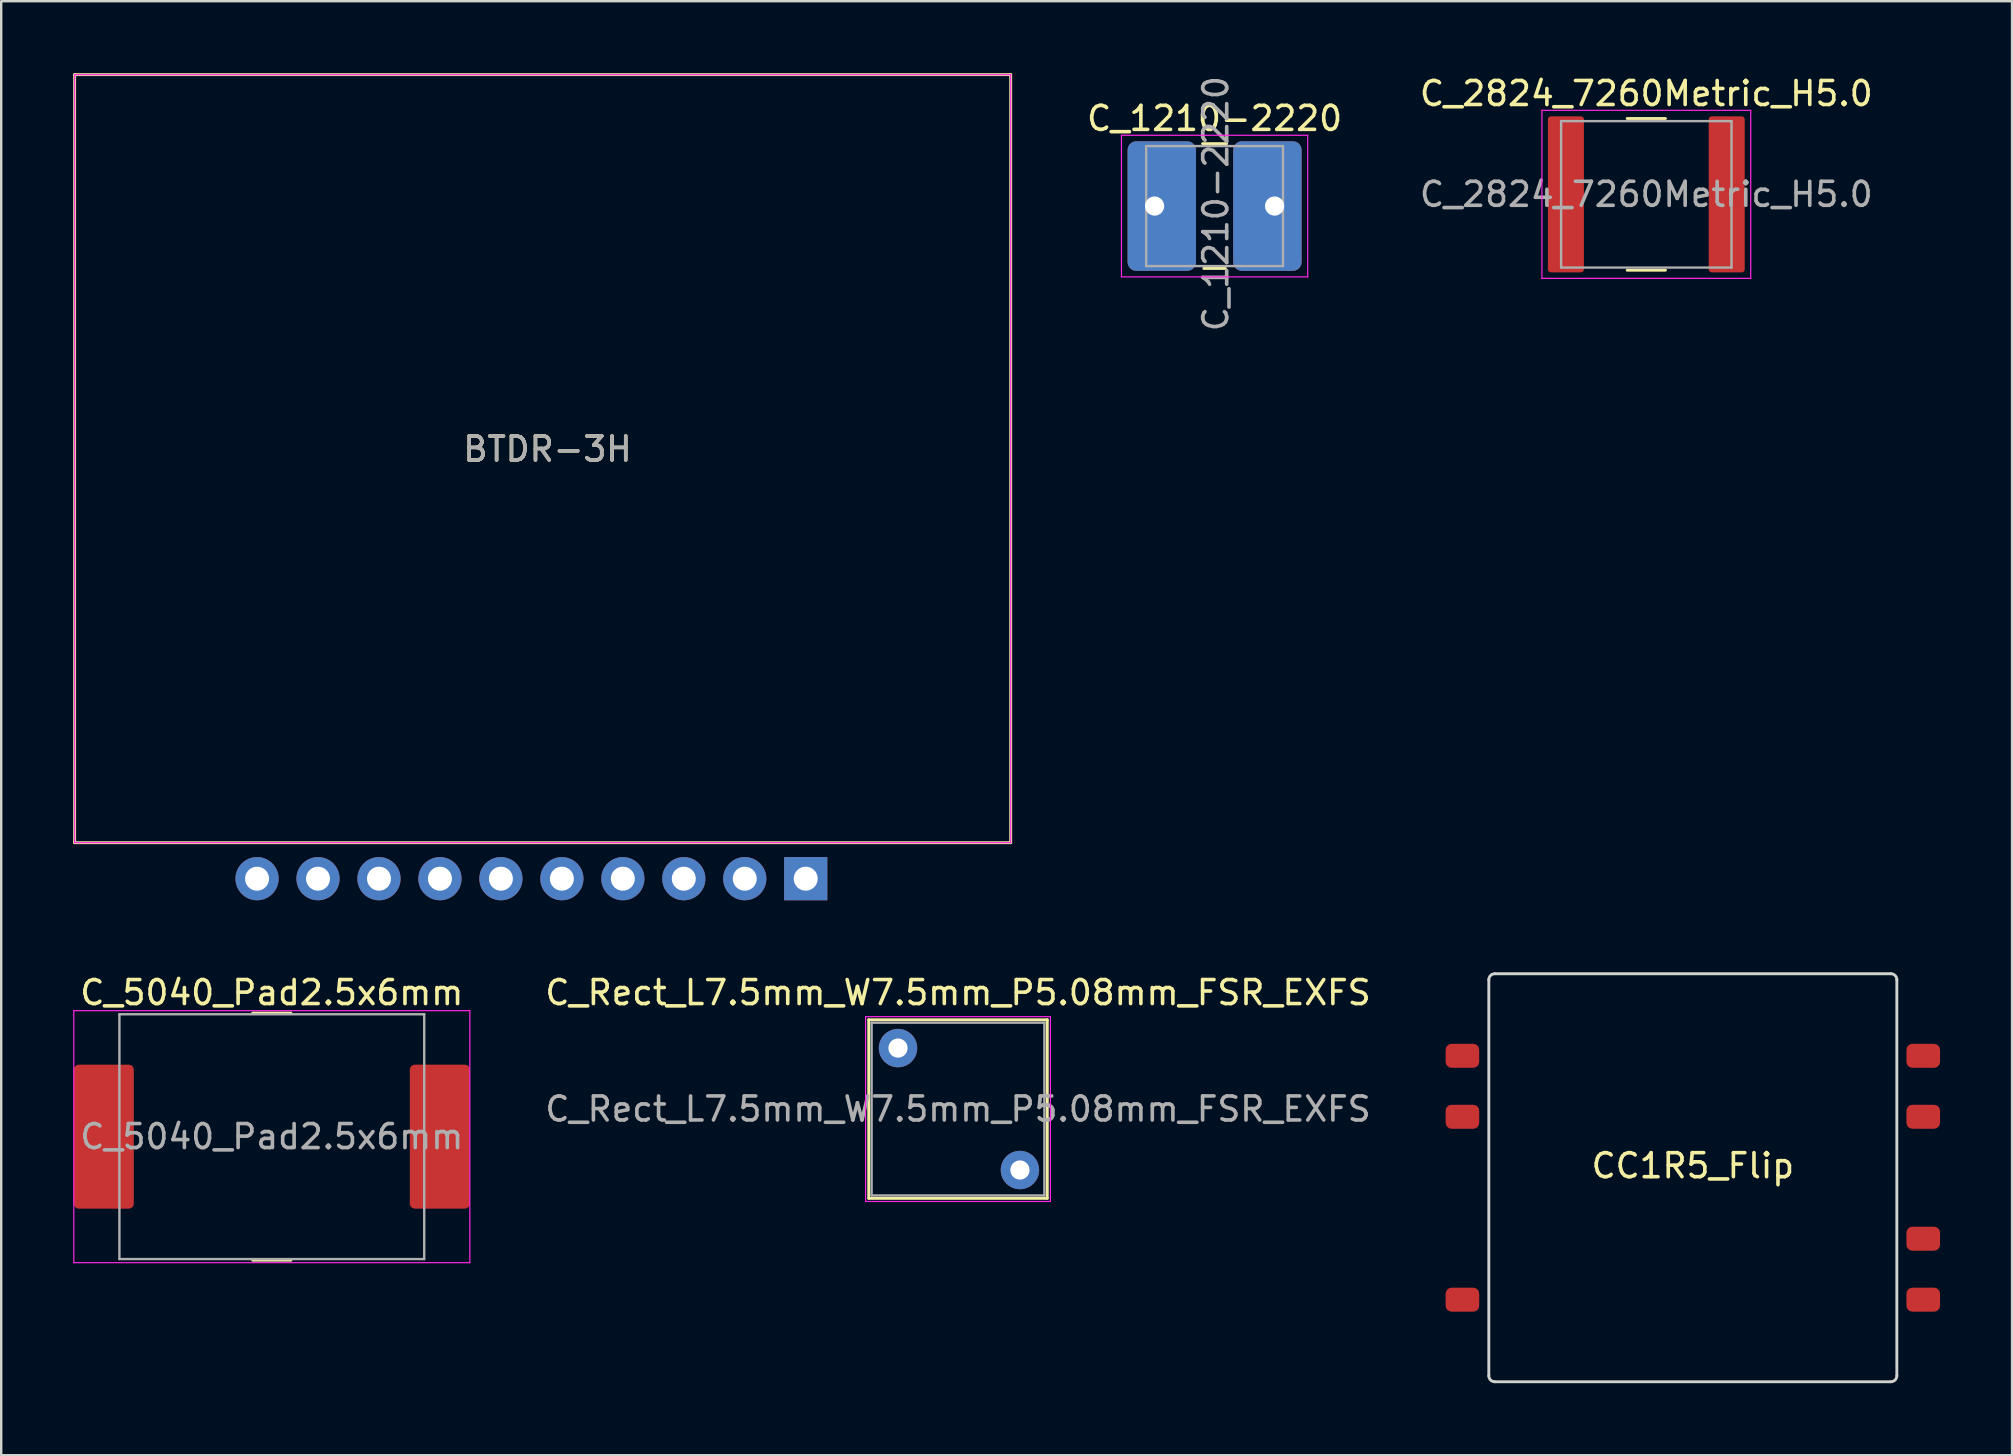
<source format=kicad_pcb>
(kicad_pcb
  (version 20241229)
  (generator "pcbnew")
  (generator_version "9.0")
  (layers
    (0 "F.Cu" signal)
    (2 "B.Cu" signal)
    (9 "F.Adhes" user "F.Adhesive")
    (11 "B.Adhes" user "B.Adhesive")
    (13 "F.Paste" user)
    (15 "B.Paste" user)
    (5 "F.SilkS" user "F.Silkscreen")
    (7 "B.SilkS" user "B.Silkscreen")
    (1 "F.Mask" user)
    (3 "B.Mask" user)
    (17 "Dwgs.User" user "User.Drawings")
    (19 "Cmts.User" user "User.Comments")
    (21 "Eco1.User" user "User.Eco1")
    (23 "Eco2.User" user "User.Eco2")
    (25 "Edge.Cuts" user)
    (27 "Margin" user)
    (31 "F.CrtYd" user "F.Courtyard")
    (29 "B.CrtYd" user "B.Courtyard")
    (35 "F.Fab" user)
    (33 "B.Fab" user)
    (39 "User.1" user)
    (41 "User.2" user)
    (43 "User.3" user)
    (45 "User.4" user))
  (footprint "CC1R5_Flip"
    (layer "F.Cu")
    (at 67.481 46.02)
    (property "Reference" "CC1R5_Flip" (at 0 -0.5 0) (unlocked yes) (layer "F.SilkS") (effects (font (size 1 1) (thickness 0.15))))
    (attr smd)
    (fp_line (start -8.5 -8.25) (end -8.5 8.25) (stroke (width 0.12) (type solid)) (layer "Edge.Cuts"))
    (fp_line (start -8.25 8.5) (end 8.25 8.5) (stroke (width 0.12) (type solid)) (layer "Edge.Cuts"))
    (fp_line (start 8.25 -8.5) (end -8.25 -8.5) (stroke (width 0.12) (type solid)) (layer "Edge.Cuts"))
    (fp_line (start 8.5 8.25) (end 8.5 -8.25) (stroke (width 0.12) (type solid)) (layer "Edge.Cuts"))
    (fp_arc (start -8.5 -8.25) (mid -8.426777 -8.426777) (end -8.25 -8.5) (stroke (width 0.12) (type solid)) (layer "Edge.Cuts"))
    (fp_arc (start -8.25 8.5) (mid -8.426777 8.426777) (end -8.5 8.25) (stroke (width 0.12) (type solid)) (layer "Edge.Cuts"))
    (fp_arc (start 8.25 -8.5) (mid 8.426777 -8.426777) (end 8.5 -8.25) (stroke (width 0.12) (type solid)) (layer "Edge.Cuts"))
    (fp_arc (start 8.5 8.25) (mid 8.426777 8.426777) (end 8.25 8.5) (stroke (width 0.12) (type solid)) (layer "Edge.Cuts"))
    (pad "1" smd roundrect (at -9.6 5.08) (size 1.4 1) (layers "F.Cu" "F.Mask" "F.Paste") (roundrect_rratio 0.25))
    (pad "2" smd roundrect (at -9.6 -2.54) (size 1.4 1) (layers "F.Cu" "F.Mask" "F.Paste") (roundrect_rratio 0.25))
    (pad "3" smd roundrect (at -9.6 -5.08) (size 1.4 1) (layers "F.Cu" "F.Mask" "F.Paste") (roundrect_rratio 0.25))
    (pad "4" smd roundrect (at 9.6 -5.08) (size 1.4 1) (layers "F.Cu" "F.Mask" "F.Paste") (roundrect_rratio 0.25))
    (pad "5" smd roundrect (at 9.6 -2.54) (size 1.4 1) (layers "F.Cu" "F.Mask" "F.Paste") (roundrect_rratio 0.25))
    (pad "6" smd roundrect (at 9.6 2.54) (size 1.4 1) (layers "F.Cu" "F.Mask" "F.Paste") (roundrect_rratio 0.25))
    (pad "7" smd roundrect (at 9.6 5.08) (size 1.4 1) (layers "F.Cu" "F.Mask" "F.Paste") (roundrect_rratio 0.25)))
  (footprint "C_2824_7260Metric_H5.0"
    (layer "F.Cu")
    (at 65.543 5.048)
    (property "Reference" "C_2824_7260Metric_H5.0" (at 0 -4.2 0) (layer "F.SilkS") (effects (font (size 1 1) (thickness 0.15))))
    (attr smd)
    (fp_line (start -0.797 -3.16) (end 0.797 -3.16) (stroke (width 0.12) (type solid)) (layer "F.SilkS"))
    (fp_line (start -0.797 3.16) (end 0.797 3.16) (stroke (width 0.12) (type solid)) (layer "F.SilkS"))
    (fp_line (start -4.35 -3.5) (end 4.35 -3.5) (stroke (width 0.05) (type solid)) (layer "F.CrtYd"))
    (fp_line (start -4.35 3.5) (end -4.35 -3.5) (stroke (width 0.05) (type solid)) (layer "F.CrtYd"))
    (fp_line (start 4.35 -3.5) (end 4.35 3.5) (stroke (width 0.05) (type solid)) (layer "F.CrtYd"))
    (fp_line (start 4.35 3.5) (end -4.35 3.5) (stroke (width 0.05) (type solid)) (layer "F.CrtYd"))
    (fp_line (start -3.55 -3.05) (end 3.55 -3.05) (stroke (width 0.1) (type solid)) (layer "F.Fab"))
    (fp_line (start -3.55 3.05) (end -3.55 -3.05) (stroke (width 0.1) (type solid)) (layer "F.Fab"))
    (fp_line (start 3.55 -3.05) (end 3.55 3.05) (stroke (width 0.1) (type solid)) (layer "F.Fab"))
    (fp_line (start 3.55 3.05) (end -3.55 3.05) (stroke (width 0.1) (type solid)) (layer "F.Fab"))
    (fp_text user "${REFERENCE}" (at 0 0 0) (layer "F.Fab") (effects (font (size 1 1) (thickness 0.15))))
    (pad "1" smd roundrect (at -3.35 0) (size 1.5 6.5) (layers "F.Cu" "F.Mask" "F.Paste") (roundrect_rratio 0.083))
    (pad "2" smd roundrect (at 3.35 0) (size 1.5 6.5) (layers "F.Cu" "F.Mask" "F.Paste") (roundrect_rratio 0.083)))
  (footprint "C_1210-2220"
    (layer "F.Cu")
    (at 47.555 5.535)
    (property "Reference" "C_1210-2220" (at 0 -3.65 0) (layer "F.SilkS") (effects (font (size 1 1) (thickness 0.15))))
    (attr smd)
    (fp_line (start -0.5 -2.6) (end 0.5 -2.6) (stroke (width 0.12) (type solid)) (layer "F.SilkS"))
    (fp_line (start -0.45 2.6) (end 0.45 2.6) (stroke (width 0.12) (type solid)) (layer "F.SilkS"))
    (fp_line (start -3.88 -2.95) (end 3.88 -2.95) (stroke (width 0.05) (type solid)) (layer "F.CrtYd"))
    (fp_line (start -3.88 2.95) (end -3.88 -2.95) (stroke (width 0.05) (type solid)) (layer "F.CrtYd"))
    (fp_line (start 3.88 -2.95) (end 3.88 2.95) (stroke (width 0.05) (type solid)) (layer "F.CrtYd"))
    (fp_line (start 3.88 2.95) (end -3.88 2.95) (stroke (width 0.05) (type solid)) (layer "F.CrtYd"))
    (fp_line (start -2.85 -2.5) (end 2.85 -2.5) (stroke (width 0.1) (type solid)) (layer "F.Fab"))
    (fp_line (start -2.85 2.5) (end -2.85 -2.5) (stroke (width 0.1) (type solid)) (layer "F.Fab"))
    (fp_line (start 2.85 -2.5) (end 2.85 2.5) (stroke (width 0.1) (type solid)) (layer "F.Fab"))
    (fp_line (start 2.85 2.5) (end -2.85 2.5) (stroke (width 0.1) (type solid)) (layer "F.Fab"))
    (fp_text user "${REFERENCE}" (at 0.05 -0.1 90) (layer "F.Fab") (effects (font (size 1 1) (thickness 0.15))))
    (pad "1" thru_hole roundrect (at -2.5 0) (size 2.85 5.4) (drill 0.8 (offset 0.3 0)) (layers "*.Cu" "*.Mask") (roundrect_rratio 0.127))
    (pad "2" thru_hole roundrect (at 2.5 0) (size 2.85 5.4) (drill 0.8 (offset -0.3 0)) (layers "*.Cu" "*.Mask") (roundrect_rratio 0.127)))
  (footprint "C_Rect_L7.5mm_W7.5mm_P5.08mm_FSR_EXFS"
    (layer "F.Cu")
    (at 34.365 43.158)
    (property "Reference" "C_Rect_L7.5mm_W7.5mm_P5.08mm_FSR_EXFS" (at 2.5 -4.85 0) (layer "F.SilkS") (effects (font (size 1 1) (thickness 0.15))))
    (attr through_hole)
    (fp_line (start -1.22 -3.72) (end -1.22 3.72) (stroke (width 0.12) (type solid)) (layer "F.SilkS"))
    (fp_line (start -1.22 -3.72) (end 6.22 -3.72) (stroke (width 0.12) (type solid)) (layer "F.SilkS"))
    (fp_line (start -1.22 3.72) (end 6.22 3.72) (stroke (width 0.12) (type solid)) (layer "F.SilkS"))
    (fp_line (start 6.22 -3.72) (end 6.22 3.72) (stroke (width 0.12) (type solid)) (layer "F.SilkS"))
    (fp_line (start -1.35 -3.85) (end -1.35 3.85) (stroke (width 0.05) (type solid)) (layer "F.CrtYd"))
    (fp_line (start -1.35 3.85) (end 6.35 3.85) (stroke (width 0.05) (type solid)) (layer "F.CrtYd"))
    (fp_line (start 6.35 -3.85) (end -1.35 -3.85) (stroke (width 0.05) (type solid)) (layer "F.CrtYd"))
    (fp_line (start 6.35 3.85) (end 6.35 -3.85) (stroke (width 0.05) (type solid)) (layer "F.CrtYd"))
    (fp_line (start -1.1 -3.6) (end -1.1 3.6) (stroke (width 0.1) (type solid)) (layer "F.Fab"))
    (fp_line (start -1.1 3.6) (end 6.1 3.6) (stroke (width 0.1) (type solid)) (layer "F.Fab"))
    (fp_line (start 6.1 -3.6) (end -1.1 -3.6) (stroke (width 0.1) (type solid)) (layer "F.Fab"))
    (fp_line (start 6.1 3.6) (end 6.1 -3.6) (stroke (width 0.1) (type solid)) (layer "F.Fab"))
    (fp_text user "${REFERENCE}" (at 2.5 0 0) (layer "F.Fab") (effects (font (size 1 1) (thickness 0.15))))
    (pad "1" thru_hole circle (at 0 -2.54) (size 1.6 1.6) (drill 0.8) (layers "*.Cu" "*.Mask"))
    (pad "2" thru_hole circle (at 5.08 2.54) (size 1.6 1.6) (drill 0.8) (layers "*.Cu" "*.Mask")))
  (footprint "C_5040_Pad2.5x6mm"
    (layer "F.Cu")
    (at 8.275 44.308)
    (property "Reference" "C_5040_Pad2.5x6mm" (at 0 -6 0) (layer "F.SilkS") (effects (font (size 1 1) (thickness 0.15))))
    (attr smd)
    (fp_line (start -0.797 -5.15) (end 0.797 -5.15) (stroke (width 0.12) (type solid)) (layer "F.SilkS"))
    (fp_line (start -0.797 5.15) (end 0.797 5.15) (stroke (width 0.12) (type solid)) (layer "F.SilkS"))
    (fp_line (start -8.25 -5.25) (end 8.25 -5.25) (stroke (width 0.05) (type solid)) (layer "F.CrtYd"))
    (fp_line (start -8.25 5.25) (end -8.25 -5.25) (stroke (width 0.05) (type solid)) (layer "F.CrtYd"))
    (fp_line (start 8.25 -5.25) (end 8.25 5.25) (stroke (width 0.05) (type solid)) (layer "F.CrtYd"))
    (fp_line (start 8.25 5.25) (end -8.25 5.25) (stroke (width 0.05) (type solid)) (layer "F.CrtYd"))
    (fp_line (start -6.35 -5.1) (end 6.35 -5.1) (stroke (width 0.1) (type solid)) (layer "F.Fab"))
    (fp_line (start -6.35 5.1) (end -6.35 -5.1) (stroke (width 0.1) (type solid)) (layer "F.Fab"))
    (fp_line (start 6.35 -5.1) (end 6.35 5.1) (stroke (width 0.1) (type solid)) (layer "F.Fab"))
    (fp_line (start 6.35 5.1) (end -6.35 5.1) (stroke (width 0.1) (type solid)) (layer "F.Fab"))
    (fp_text user "${REFERENCE}" (at 0 0 0) (layer "F.Fab") (effects (font (size 1 1) (thickness 0.15))))
    (pad "1" smd roundrect (at -7 0) (size 2.5 6) (layers "F.Cu" "F.Mask" "F.Paste") (roundrect_rratio 0.083))
    (pad "2" smd roundrect (at 7 0) (size 2.5 6) (layers "F.Cu" "F.Mask" "F.Paste") (roundrect_rratio 0.083)))
  (footprint "BTDR-3H"
    (layer "F.Cu")
    (at 7.66 33.56)
    (property "Reference" "BTDR-3H" (at 12.1 -17.9 0) (layer "F.SilkS") (effects (font (size 1 1) (thickness 0.15))))
    (attr through_hole)
    (fp_line (start -7.6 -1.5) (end -7.6 -33.5) (stroke (width 0.12) (type solid)) (layer "F.SilkS"))
    (fp_line (start 31.4 -33.5) (end -7.6 -33.5) (stroke (width 0.12) (type solid)) (layer "F.SilkS"))
    (fp_line (start 31.4 -1.5) (end -7.6 -1.5) (stroke (width 0.12) (type solid)) (layer "F.SilkS"))
    (fp_line (start 31.4 -1.5) (end 31.4 -33.5) (stroke (width 0.12) (type solid)) (layer "F.SilkS"))
    (fp_line (start -7.6 -1.5) (end -7.6 -33.5) (stroke (width 0.05) (type solid)) (layer "F.CrtYd"))
    (fp_line (start -7.6 -1.5) (end 31.4 -1.5) (stroke (width 0.05) (type solid)) (layer "F.CrtYd"))
    (fp_line (start 31.4 -33.5) (end -7.6 -33.5) (stroke (width 0.05) (type solid)) (layer "F.CrtYd"))
    (fp_line (start 31.4 -33.5) (end 31.4 -1.5) (stroke (width 0.05) (type solid)) (layer "F.CrtYd"))
    (fp_text user "${REFERENCE}" (at 12.1 -17.9 0) (layer "F.Fab") (effects (font (size 1 1) (thickness 0.15))))
    (pad "1" thru_hole rect (at 22.86 0 270) (size 1.8 1.8) (drill 1) (layers "*.Cu" "*.Mask"))
    (pad "2" thru_hole circle (at 20.32 0 270) (size 1.8 1.8) (drill 1) (layers "*.Cu" "*.Mask"))
    (pad "3" thru_hole circle (at 17.78 0 270) (size 1.8 1.8) (drill 1) (layers "*.Cu" "*.Mask"))
    (pad "4" thru_hole circle (at 15.24 0 270) (size 1.8 1.8) (drill 1) (layers "*.Cu" "*.Mask"))
    (pad "5" thru_hole circle (at 12.7 0 270) (size 1.8 1.8) (drill 1) (layers "*.Cu" "*.Mask"))
    (pad "6" thru_hole circle (at 10.16 0 270) (size 1.8 1.8) (drill 1) (layers "*.Cu" "*.Mask"))
    (pad "7" thru_hole circle (at 7.62 0 270) (size 1.8 1.8) (drill 1) (layers "*.Cu" "*.Mask"))
    (pad "8" thru_hole circle (at 5.08 0 270) (size 1.8 1.8) (drill 1) (layers "*.Cu" "*.Mask"))
    (pad "9" thru_hole circle (at 2.54 0 270) (size 1.8 1.8) (drill 1) (layers "*.Cu" "*.Mask"))
    (pad "10" thru_hole circle (at 0 0 270) (size 1.8 1.8) (drill 1) (layers "*.Cu" "*.Mask")))
  (gr_rect
    (start -3 -3)
    (end 80.781 57.58)
    (stroke (width 0.1) (type default))
    (fill no)
    (layer "Edge.Cuts")))
</source>
